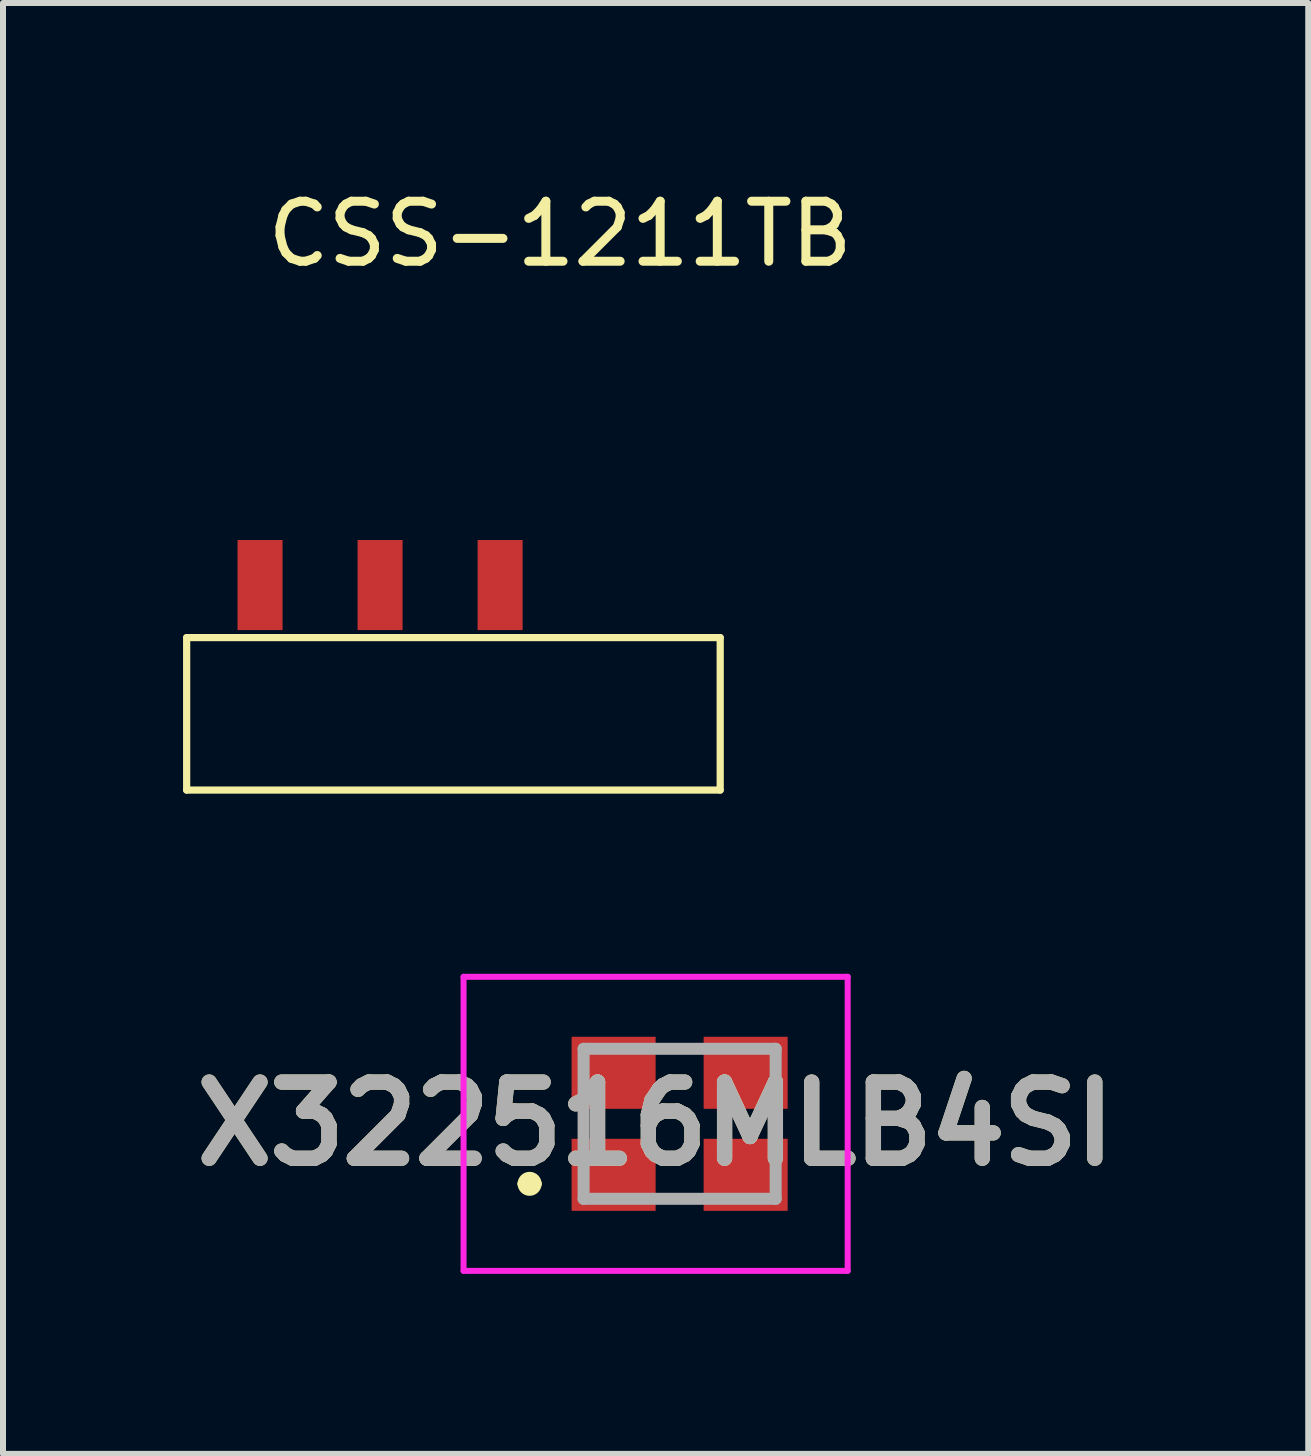
<source format=kicad_pcb>
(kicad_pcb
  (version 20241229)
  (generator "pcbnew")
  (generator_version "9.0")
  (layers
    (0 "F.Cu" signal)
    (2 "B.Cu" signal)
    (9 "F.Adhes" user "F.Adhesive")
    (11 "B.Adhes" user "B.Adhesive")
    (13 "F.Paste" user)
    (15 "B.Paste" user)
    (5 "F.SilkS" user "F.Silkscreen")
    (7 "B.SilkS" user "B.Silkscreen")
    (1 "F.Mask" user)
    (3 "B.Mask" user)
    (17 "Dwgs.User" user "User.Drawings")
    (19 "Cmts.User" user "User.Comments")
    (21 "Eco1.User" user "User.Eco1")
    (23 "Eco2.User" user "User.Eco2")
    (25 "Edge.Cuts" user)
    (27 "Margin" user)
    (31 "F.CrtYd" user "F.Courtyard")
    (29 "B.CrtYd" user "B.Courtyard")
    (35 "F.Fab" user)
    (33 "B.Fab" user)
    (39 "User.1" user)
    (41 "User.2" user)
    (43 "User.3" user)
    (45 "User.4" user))
  (footprint "CSS-1211TB"
    (layer "F.Cu")
    (at 6.283 0.348)
    (property "Reference" "CSS-1211TB" (at 0 0.5 0) (layer "F.SilkS") (effects (font (size 1 1) (thickness 0.15))))
    (attr through_hole)
    (fp_line (start -6.223 7.226) (end 2.667 7.226) (stroke (width 0.12) (type solid)) (layer "F.SilkS"))
    (fp_line (start -6.223 9.766) (end -6.223 7.226) (stroke (width 0.12) (type solid)) (layer "F.SilkS"))
    (fp_line (start 2.667 7.226) (end 2.667 9.766) (stroke (width 0.12) (type solid)) (layer "F.SilkS"))
    (fp_line (start 2.667 9.766) (end -6.223 9.766) (stroke (width 0.12) (type solid)) (layer "F.SilkS"))
    (pad "1" smd rect (at -5 6.35) (size 0.75 1.5) (layers "F.Cu" "F.Mask" "F.Paste"))
    (pad "2" smd rect (at -3 6.35) (size 0.75 1.5) (layers "F.Cu" "F.Mask" "F.Paste"))
    (pad "3" smd rect (at -1 6.35) (size 0.75 1.5) (layers "F.Cu" "F.Mask" "F.Paste")))
  (footprint "X322516MLB4SI"
    (layer "F.Cu")
    (at 8.274 15.675)
    (property "Reference" "X322516MLB4SI" (at -0.4 0 0) (layer "F.SilkS") (effects (font (size 1.27 1.27) (thickness 0.254))))
    (attr smd)
    (fp_line (start -2.6 1) (end -2.6 1) (stroke (width 0.2) (type solid)) (layer "F.SilkS"))
    (fp_line (start -2.4 1) (end -2.4 1) (stroke (width 0.2) (type solid)) (layer "F.SilkS"))
    (fp_arc (start -2.6 1) (mid -2.5 0.9) (end -2.4 1) (stroke (width 0.2) (type solid)) (layer "F.SilkS"))
    (fp_arc (start -2.4 1) (mid -2.5 1.1) (end -2.6 1) (stroke (width 0.2) (type solid)) (layer "F.SilkS"))
    (fp_line (start -3.6 -2.45) (end 2.8 -2.45) (stroke (width 0.1) (type solid)) (layer "F.CrtYd"))
    (fp_line (start -3.6 2.45) (end -3.6 -2.45) (stroke (width 0.1) (type solid)) (layer "F.CrtYd"))
    (fp_line (start 2.8 -2.45) (end 2.8 2.45) (stroke (width 0.1) (type solid)) (layer "F.CrtYd"))
    (fp_line (start 2.8 2.45) (end -3.6 2.45) (stroke (width 0.1) (type solid)) (layer "F.CrtYd"))
    (fp_line (start -1.6 -1.25) (end 1.6 -1.25) (stroke (width 0.2) (type solid)) (layer "F.Fab"))
    (fp_line (start -1.6 1.25) (end -1.6 -1.25) (stroke (width 0.2) (type solid)) (layer "F.Fab"))
    (fp_line (start 1.6 -1.25) (end 1.6 1.25) (stroke (width 0.2) (type solid)) (layer "F.Fab"))
    (fp_line (start 1.6 1.25) (end -1.6 1.25) (stroke (width 0.2) (type solid)) (layer "F.Fab"))
    (fp_text user "${REFERENCE}" (at -0.4 0 0) (layer "F.Fab") (effects (font (size 1.27 1.27) (thickness 0.254))))
    (pad "1" smd rect (at -1.1 0.85 90) (size 1.2 1.4) (layers "F.Cu" "F.Mask" "F.Paste"))
    (pad "2" smd rect (at 1.1 0.85 90) (size 1.2 1.4) (layers "F.Cu" "F.Mask" "F.Paste"))
    (pad "3" smd rect (at 1.1 -0.85 90) (size 1.2 1.4) (layers "F.Cu" "F.Mask" "F.Paste"))
    (pad "4" smd rect (at -1.1 -0.85 90) (size 1.2 1.4) (layers "F.Cu" "F.Mask" "F.Paste")))
  (gr_rect
    (start -3 -3)
    (end 18.748 21.175)
    (stroke (width 0.1) (type default))
    (fill no)
    (layer "Edge.Cuts")))
</source>
